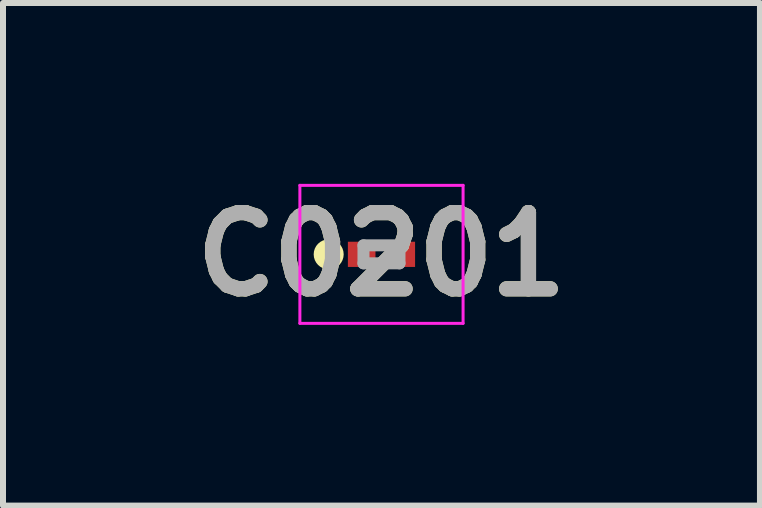
<source format=kicad_pcb>
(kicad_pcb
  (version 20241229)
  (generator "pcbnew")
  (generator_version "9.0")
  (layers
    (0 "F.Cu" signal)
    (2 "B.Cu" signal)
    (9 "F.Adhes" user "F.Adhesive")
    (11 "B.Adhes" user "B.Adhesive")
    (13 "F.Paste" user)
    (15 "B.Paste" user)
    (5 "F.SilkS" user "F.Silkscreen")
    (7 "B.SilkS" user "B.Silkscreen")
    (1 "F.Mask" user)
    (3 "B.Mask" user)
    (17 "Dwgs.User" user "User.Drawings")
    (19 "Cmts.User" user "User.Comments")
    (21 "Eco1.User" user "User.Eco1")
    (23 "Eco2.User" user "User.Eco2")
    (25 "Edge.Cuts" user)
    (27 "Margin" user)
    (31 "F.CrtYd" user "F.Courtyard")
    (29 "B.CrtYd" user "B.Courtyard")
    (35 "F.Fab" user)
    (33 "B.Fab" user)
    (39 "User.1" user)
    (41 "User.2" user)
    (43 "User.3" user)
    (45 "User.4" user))
  (footprint "C0201"
    (layer "F.Cu")
    (at 3.308 1.189)
    (property "Reference" "C0201" (at 0 0 0) (layer "F.SilkS") (effects (font (size 1.27 1.27) (thickness 0.254))))
    (attr smd)
    (fp_line (start -0.3 -0.15) (end 0.3 -0.15) (stroke (width 0.1) (type solid)) (layer "F.SilkS"))
    (fp_line (start 0.3 0.15) (end -0.3 0.15) (stroke (width 0.1) (type solid)) (layer "F.SilkS"))
    (fp_circle (center -0.88 0) (end -0.88 0.05) (stroke (width 0.2) (type solid)) (fill no) (layer "F.SilkS"))
    (fp_line (start -1.36 -1.15) (end 1.36 -1.15) (stroke (width 0.05) (type solid)) (layer "F.CrtYd"))
    (fp_line (start -1.36 1.15) (end -1.36 -1.15) (stroke (width 0.05) (type solid)) (layer "F.CrtYd"))
    (fp_line (start 1.36 -1.15) (end 1.36 1.15) (stroke (width 0.05) (type solid)) (layer "F.CrtYd"))
    (fp_line (start 1.36 1.15) (end -1.36 1.15) (stroke (width 0.05) (type solid)) (layer "F.CrtYd"))
    (fp_line (start -0.3 -0.15) (end 0.3 -0.15) (stroke (width 0.2) (type solid)) (layer "F.Fab"))
    (fp_line (start -0.3 0.15) (end -0.3 -0.15) (stroke (width 0.2) (type solid)) (layer "F.Fab"))
    (fp_line (start 0.3 -0.15) (end 0.3 0.15) (stroke (width 0.2) (type solid)) (layer "F.Fab"))
    (fp_line (start 0.3 0.15) (end -0.3 0.15) (stroke (width 0.2) (type solid)) (layer "F.Fab"))
    (fp_text user "${REFERENCE}" (at 0 0 0) (layer "F.Fab") (effects (font (size 1.27 1.27) (thickness 0.254))))
    (pad "1" smd rect (at -0.33 0 90) (size 0.42 0.46) (layers "F.Cu" "F.Mask" "F.Paste"))
    (pad "2" smd rect (at 0.33 0 90) (size 0.42 0.46) (layers "F.Cu" "F.Mask" "F.Paste")))
  (gr_rect
    (start -3 -3)
    (end 9.616 5.377)
    (stroke (width 0.1) (type default))
    (fill no)
    (layer "Edge.Cuts")))
</source>
